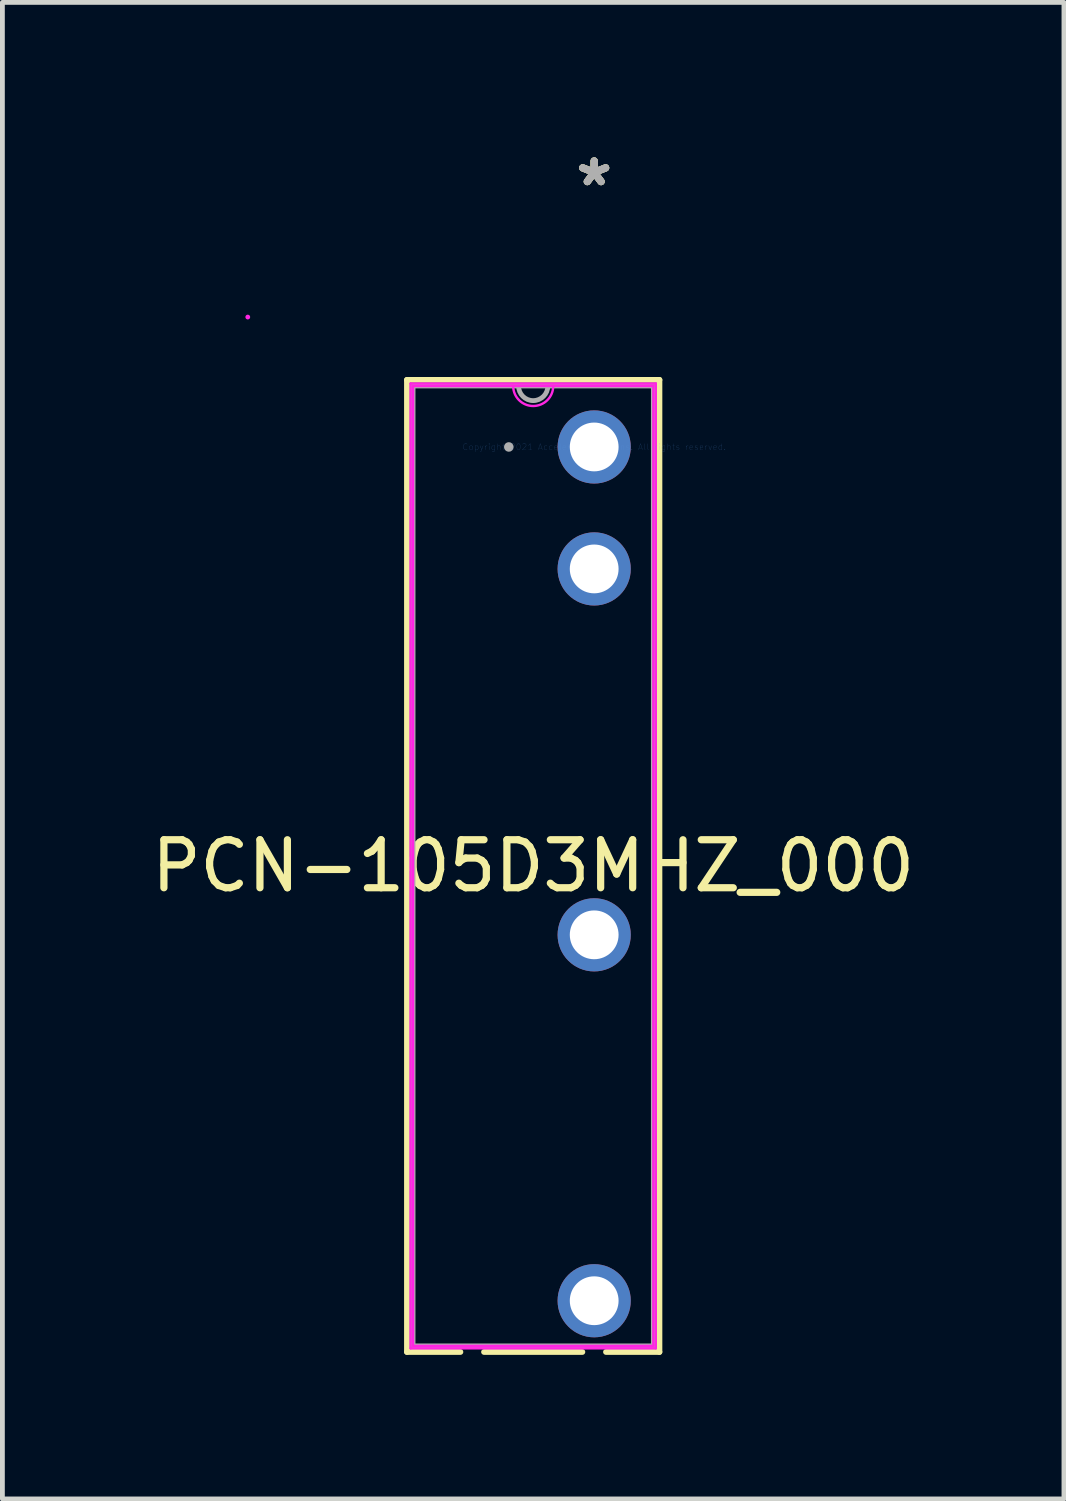
<source format=kicad_pcb>
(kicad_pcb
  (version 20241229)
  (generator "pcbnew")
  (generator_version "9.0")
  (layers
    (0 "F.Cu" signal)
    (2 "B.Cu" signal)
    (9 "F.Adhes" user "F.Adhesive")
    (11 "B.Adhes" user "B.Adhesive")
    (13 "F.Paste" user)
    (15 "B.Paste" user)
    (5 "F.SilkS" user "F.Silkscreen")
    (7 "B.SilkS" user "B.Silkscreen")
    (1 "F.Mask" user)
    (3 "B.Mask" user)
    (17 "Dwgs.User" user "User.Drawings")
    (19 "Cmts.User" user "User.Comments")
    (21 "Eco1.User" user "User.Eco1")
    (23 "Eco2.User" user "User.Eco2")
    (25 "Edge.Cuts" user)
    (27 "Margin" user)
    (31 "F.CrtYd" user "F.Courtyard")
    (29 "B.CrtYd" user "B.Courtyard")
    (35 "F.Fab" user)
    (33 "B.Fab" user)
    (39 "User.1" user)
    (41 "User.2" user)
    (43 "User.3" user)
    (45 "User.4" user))
  (footprint "PCN-105D3MHZ_000"
    (layer "F.Cu")
    (at 9.324 6.258)
    (property "Reference" "PCN-105D3MHZ_000" (at -1.27 8.725 0) (layer "F.SilkS") (effects (font (size 1 1) (thickness 0.15))))
    (attr through_hole)
    (fp_line (start -3.899 -1.397) (end -3.899 18.847) (stroke (width 0.12) (type solid)) (layer "F.SilkS"))
    (fp_line (start -3.899 18.847) (end -2.786 18.847) (stroke (width 0.12) (type solid)) (layer "F.SilkS"))
    (fp_line (start -2.294 18.847) (end -0.246 18.847) (stroke (width 0.12) (type solid)) (layer "F.SilkS"))
    (fp_line (start 0.246 18.847) (end 1.359 18.847) (stroke (width 0.12) (type solid)) (layer "F.SilkS"))
    (fp_line (start 1.359 -1.397) (end -3.899 -1.397) (stroke (width 0.12) (type solid)) (layer "F.SilkS"))
    (fp_line (start 1.359 18.847) (end 1.359 -1.397) (stroke (width 0.12) (type solid)) (layer "F.SilkS"))
    (fp_line (start -3.823 -1.321) (end 1.283 -1.321) (stroke (width 0.05) (type solid)) (layer "F.CrtYd"))
    (fp_line (start -3.823 18.771) (end -3.823 -1.321) (stroke (width 0.05) (type solid)) (layer "F.CrtYd"))
    (fp_line (start -3.772 -1.27) (end 1.232 -1.27) (stroke (width 0.05) (type solid)) (layer "F.CrtYd"))
    (fp_line (start -3.772 18.72) (end -3.772 -1.27) (stroke (width 0.05) (type solid)) (layer "F.CrtYd"))
    (fp_line (start 1.232 -1.27) (end 1.232 18.72) (stroke (width 0.05) (type solid)) (layer "F.CrtYd"))
    (fp_line (start 1.232 18.72) (end -3.772 18.72) (stroke (width 0.05) (type solid)) (layer "F.CrtYd"))
    (fp_line (start 1.283 -1.321) (end 1.283 18.771) (stroke (width 0.05) (type solid)) (layer "F.CrtYd"))
    (fp_line (start 1.283 18.771) (end -3.823 18.771) (stroke (width 0.05) (type solid)) (layer "F.CrtYd"))
    (fp_arc (start -0.853017 -1.27) (mid -1.27 -0.853017) (end -1.686983 -1.27) (stroke (width 0.05) (type solid)) (layer "F.CrtYd"))
    (fp_circle (center -7.214 -2.705) (end -7.214 -2.705) (stroke (width 0.05) (type solid)) (fill no) (layer "F.CrtYd"))
    (fp_line (start -3.772 -1.27) (end -3.772 18.72) (stroke (width 0.1) (type solid)) (layer "F.Fab"))
    (fp_line (start -3.772 18.72) (end 1.232 18.72) (stroke (width 0.1) (type solid)) (layer "F.Fab"))
    (fp_line (start 1.232 -1.27) (end -3.772 -1.27) (stroke (width 0.1) (type solid)) (layer "F.Fab"))
    (fp_line (start 1.232 18.72) (end 1.232 -1.27) (stroke (width 0.1) (type solid)) (layer "F.Fab"))
    (fp_arc (start -0.9652 -1.27) (mid -1.27 -0.9652) (end -1.5748 -1.27) (stroke (width 0.1) (type solid)) (layer "F.Fab"))
    (fp_circle (center -1.778 0) (end -1.778 0) (stroke (width 0.1) (type solid)) (fill no) (layer "F.Fab"))
    (fp_text user "*" (at 0 -5.41 0) (layer "F.SilkS") (effects (font (size 1 1) (thickness 0.15))))
    (fp_text user "*" (at 0 -5.41 0) (layer "F.SilkS") (effects (font (size 1 1) (thickness 0.15))))
    (fp_text user "Copyright 2021 Accelerated Designs. All rights reserved." (at 0 0 0) (layer "Cmts.User") (effects (font (size 0.127 0.127) (thickness 0.002))))
    (fp_text user "*" (at 0 -5.41 0) (layer "F.Fab") (effects (font (size 1 1) (thickness 0.15))))
    (fp_text user "*" (at 0 -5.41 0) (layer "F.Fab") (effects (font (size 1 1) (thickness 0.15))))
    (pad "1" thru_hole circle (at 0 0) (size 1.524 1.524) (drill 1.016) (layers "*.Cu" "*.Mask"))
    (pad "2" thru_hole circle (at 0 2.54) (size 1.524 1.524) (drill 1.016) (layers "*.Cu" "*.Mask"))
    (pad "3" thru_hole circle (at 0 10.16) (size 1.524 1.524) (drill 1.016) (layers "*.Cu" "*.Mask"))
    (pad "4" thru_hole circle (at 0 17.78) (size 1.524 1.524) (drill 1.016) (layers "*.Cu" "*.Mask")))
  (gr_rect
    (start -3 -3)
    (end 19.107 28.165)
    (stroke (width 0.1) (type default))
    (fill no)
    (layer "Edge.Cuts")))
</source>
